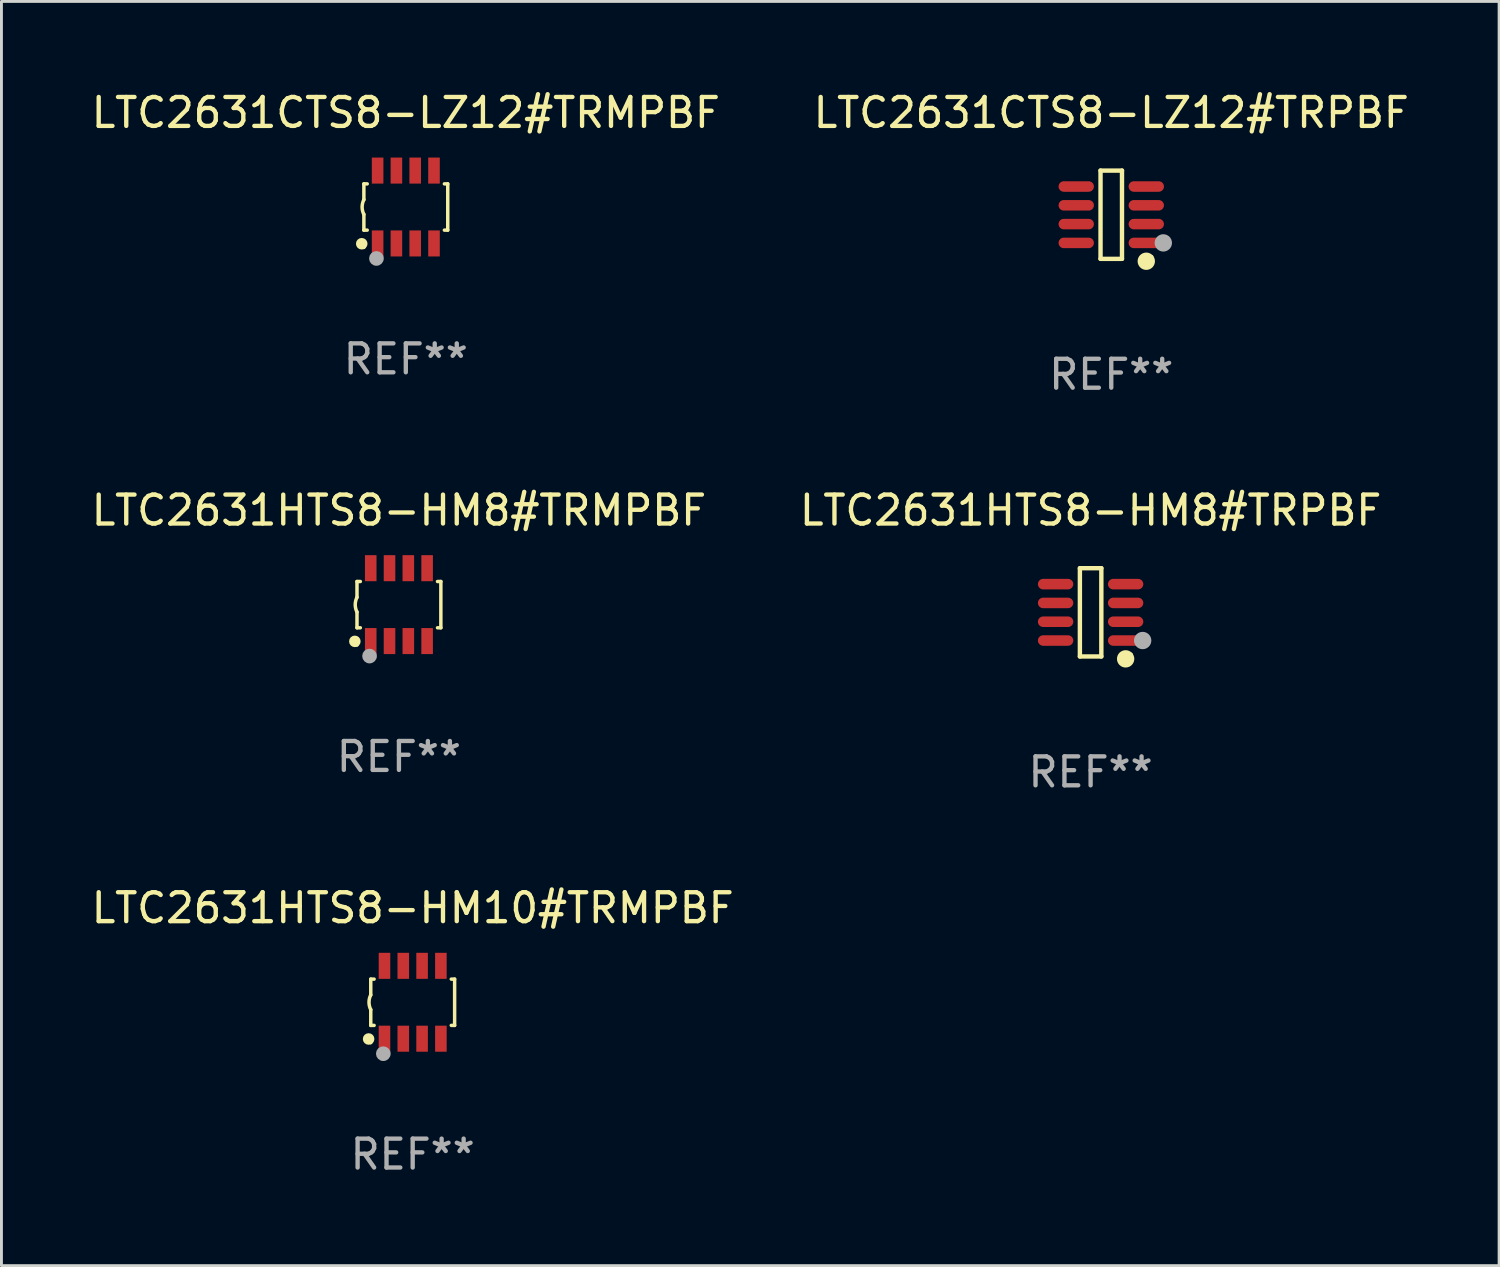
<source format=kicad_pcb>
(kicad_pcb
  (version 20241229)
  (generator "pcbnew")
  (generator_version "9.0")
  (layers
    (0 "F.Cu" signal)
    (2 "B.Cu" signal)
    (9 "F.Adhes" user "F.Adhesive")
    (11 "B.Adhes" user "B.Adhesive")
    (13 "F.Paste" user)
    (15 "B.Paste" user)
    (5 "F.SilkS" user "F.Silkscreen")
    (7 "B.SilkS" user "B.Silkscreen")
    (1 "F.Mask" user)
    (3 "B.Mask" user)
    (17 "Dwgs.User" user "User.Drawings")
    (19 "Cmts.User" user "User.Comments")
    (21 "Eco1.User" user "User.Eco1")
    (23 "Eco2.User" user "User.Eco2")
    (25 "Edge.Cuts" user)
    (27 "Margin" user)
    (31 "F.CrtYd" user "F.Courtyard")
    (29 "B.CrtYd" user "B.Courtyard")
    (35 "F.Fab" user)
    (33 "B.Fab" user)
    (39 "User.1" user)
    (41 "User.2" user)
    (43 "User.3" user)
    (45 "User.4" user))
  (footprint "LTC2631HTS8-HM8#TRPBF"
    (layer "F.Cu")
    (at 34.661 18.123)
    (property "Reference" "LTC2631HTS8-HM8#TRPBF" (at 0 -3.526 0) (layer "F.SilkS") (effects (font (size 1 1) (thickness 0.15))))
    (attr through_hole)
    (fp_line (start -0.371 -1.526) (end 0.371 -1.526) (stroke (width 0.152) (type solid)) (layer "F.SilkS"))
    (fp_line (start -0.371 1.526) (end -0.371 -1.526) (stroke (width 0.152) (type solid)) (layer "F.SilkS"))
    (fp_line (start 0.371 -1.526) (end 0.371 1.526) (stroke (width 0.152) (type solid)) (layer "F.SilkS"))
    (fp_line (start 0.371 1.526) (end -0.371 1.526) (stroke (width 0.152) (type solid)) (layer "F.SilkS"))
    (fp_circle (center 1.211 1.609) (end 1.361 1.609) (stroke (width 0.3) (type solid)) (fill no) (layer "F.SilkS"))
    (fp_circle (center 1.4 1.45) (end 1.43 1.45) (stroke (width 0.06) (type solid)) (fill no) (layer "F.SilkS"))
    (fp_circle (center 1.8 0.975) (end 1.95 0.975) (stroke (width 0.3) (type solid)) (fill no) (layer "F.Fab"))
    (fp_text user "REF**" (at 0 5.526 0) (layer "F.Fab") (effects (font (size 1 1) (thickness 0.15))))
    (pad "1" smd oval (at 1.211 0.975) (size 1.222 0.364) (layers "F.Cu" "F.Mask" "F.Paste"))
    (pad "2" smd oval (at 1.211 0.325) (size 1.222 0.364) (layers "F.Cu" "F.Mask" "F.Paste"))
    (pad "3" smd oval (at 1.211 -0.325) (size 1.222 0.364) (layers "F.Cu" "F.Mask" "F.Paste"))
    (pad "4" smd oval (at 1.211 -0.975) (size 1.222 0.364) (layers "F.Cu" "F.Mask" "F.Paste"))
    (pad "5" smd oval (at -1.211 -0.975) (size 1.222 0.364) (layers "F.Cu" "F.Mask" "F.Paste"))
    (pad "6" smd oval (at -1.211 -0.325) (size 1.222 0.364) (layers "F.Cu" "F.Mask" "F.Paste"))
    (pad "7" smd oval (at -1.211 0.325) (size 1.222 0.364) (layers "F.Cu" "F.Mask" "F.Paste"))
    (pad "8" smd oval (at -1.211 0.975) (size 1.222 0.364) (layers "F.Cu" "F.Mask" "F.Paste")))
  (footprint "LTC2631CTS8-LZ12#TRPBF"
    (layer "F.Cu")
    (at 35.375 4.374)
    (property "Reference" "LTC2631CTS8-LZ12#TRPBF" (at 0 -3.526 0) (layer "F.SilkS") (effects (font (size 1 1) (thickness 0.15))))
    (attr through_hole)
    (fp_line (start -0.371 -1.526) (end 0.371 -1.526) (stroke (width 0.152) (type solid)) (layer "F.SilkS"))
    (fp_line (start -0.371 1.526) (end -0.371 -1.526) (stroke (width 0.152) (type solid)) (layer "F.SilkS"))
    (fp_line (start 0.371 -1.526) (end 0.371 1.526) (stroke (width 0.152) (type solid)) (layer "F.SilkS"))
    (fp_line (start 0.371 1.526) (end -0.371 1.526) (stroke (width 0.152) (type solid)) (layer "F.SilkS"))
    (fp_circle (center 1.211 1.609) (end 1.361 1.609) (stroke (width 0.3) (type solid)) (fill no) (layer "F.SilkS"))
    (fp_circle (center 1.4 1.45) (end 1.43 1.45) (stroke (width 0.06) (type solid)) (fill no) (layer "F.SilkS"))
    (fp_circle (center 1.8 0.975) (end 1.95 0.975) (stroke (width 0.3) (type solid)) (fill no) (layer "F.Fab"))
    (fp_text user "REF**" (at 0 5.526 0) (layer "F.Fab") (effects (font (size 1 1) (thickness 0.15))))
    (pad "1" smd oval (at 1.211 0.975) (size 1.222 0.364) (layers "F.Cu" "F.Mask" "F.Paste"))
    (pad "2" smd oval (at 1.211 0.325) (size 1.222 0.364) (layers "F.Cu" "F.Mask" "F.Paste"))
    (pad "3" smd oval (at 1.211 -0.325) (size 1.222 0.364) (layers "F.Cu" "F.Mask" "F.Paste"))
    (pad "4" smd oval (at 1.211 -0.975) (size 1.222 0.364) (layers "F.Cu" "F.Mask" "F.Paste"))
    (pad "5" smd oval (at -1.211 -0.975) (size 1.222 0.364) (layers "F.Cu" "F.Mask" "F.Paste"))
    (pad "6" smd oval (at -1.211 -0.325) (size 1.222 0.364) (layers "F.Cu" "F.Mask" "F.Paste"))
    (pad "7" smd oval (at -1.211 0.325) (size 1.222 0.364) (layers "F.Cu" "F.Mask" "F.Paste"))
    (pad "8" smd oval (at -1.211 0.975) (size 1.222 0.364) (layers "F.Cu" "F.Mask" "F.Paste")))
  (footprint "LTC2631HTS8-HM8#TRMPBF"
    (layer "F.Cu")
    (at 10.744 17.857)
    (property "Reference" "LTC2631HTS8-HM8#TRMPBF" (at 0 -3.26 0) (layer "F.SilkS") (effects (font (size 1 1) (thickness 0.15))))
    (attr through_hole)
    (fp_line (start -1.45 -0.8) (end -1.45 -0.254) (stroke (width 0.12) (type solid)) (layer "F.SilkS"))
    (fp_line (start -1.45 -0.8) (end -1.334 -0.8) (stroke (width 0.12) (type solid)) (layer "F.SilkS"))
    (fp_line (start -1.45 0.8) (end -1.45 0.254) (stroke (width 0.12) (type solid)) (layer "F.SilkS"))
    (fp_line (start -1.45 0.8) (end -1.334 0.8) (stroke (width 0.12) (type solid)) (layer "F.SilkS"))
    (fp_line (start 1.334 -0.8) (end 1.45 -0.8) (stroke (width 0.12) (type solid)) (layer "F.SilkS"))
    (fp_line (start 1.334 0.8) (end 1.45 0.8) (stroke (width 0.12) (type solid)) (layer "F.SilkS"))
    (fp_line (start 1.45 0.8) (end 1.45 -0.8) (stroke (width 0.12) (type solid)) (layer "F.SilkS"))
    (fp_arc (start -1.45075 0.255144) (mid -1.510605 0.000434) (end -1.450013 -0.254102) (stroke (width 0.11999) (type solid)) (layer "F.SilkS"))
    (fp_circle (center -1.524 1.27) (end -1.424 1.27) (stroke (width 0.2) (type solid)) (fill no) (layer "F.SilkS"))
    (fp_circle (center -1.45 1.4) (end -1.42 1.4) (stroke (width 0.06) (type solid)) (fill no) (layer "F.SilkS"))
    (fp_circle (center -1.016 1.778) (end -0.889 1.778) (stroke (width 0.254) (type solid)) (fill no) (layer "F.Fab"))
    (fp_text user "REF**" (at 0 5.26 0) (layer "F.Fab") (effects (font (size 1 1) (thickness 0.15))))
    (pad "1" smd rect (at -0.975 1.26) (size 0.4 0.9) (layers "F.Cu" "F.Mask" "F.Paste"))
    (pad "2" smd rect (at -0.325 1.26) (size 0.4 0.9) (layers "F.Cu" "F.Mask" "F.Paste"))
    (pad "3" smd rect (at 0.325 1.26) (size 0.4 0.9) (layers "F.Cu" "F.Mask" "F.Paste"))
    (pad "4" smd rect (at 0.975 1.26) (size 0.4 0.9) (layers "F.Cu" "F.Mask" "F.Paste"))
    (pad "5" smd rect (at 0.975 -1.26) (size 0.4 0.9) (layers "F.Cu" "F.Mask" "F.Paste"))
    (pad "6" smd rect (at 0.325 -1.26) (size 0.4 0.9) (layers "F.Cu" "F.Mask" "F.Paste"))
    (pad "7" smd rect (at -0.325 -1.26) (size 0.4 0.9) (layers "F.Cu" "F.Mask" "F.Paste"))
    (pad "8" smd rect (at -0.975 -1.26) (size 0.4 0.9) (layers "F.Cu" "F.Mask" "F.Paste")))
  (footprint "LTC2631CTS8-LZ12#TRMPBF"
    (layer "F.Cu")
    (at 10.982 4.108)
    (property "Reference" "LTC2631CTS8-LZ12#TRMPBF" (at 0 -3.26 0) (layer "F.SilkS") (effects (font (size 1 1) (thickness 0.15))))
    (attr through_hole)
    (fp_line (start -1.45 -0.8) (end -1.45 -0.254) (stroke (width 0.12) (type solid)) (layer "F.SilkS"))
    (fp_line (start -1.45 -0.8) (end -1.334 -0.8) (stroke (width 0.12) (type solid)) (layer "F.SilkS"))
    (fp_line (start -1.45 0.8) (end -1.45 0.254) (stroke (width 0.12) (type solid)) (layer "F.SilkS"))
    (fp_line (start -1.45 0.8) (end -1.334 0.8) (stroke (width 0.12) (type solid)) (layer "F.SilkS"))
    (fp_line (start 1.334 -0.8) (end 1.45 -0.8) (stroke (width 0.12) (type solid)) (layer "F.SilkS"))
    (fp_line (start 1.334 0.8) (end 1.45 0.8) (stroke (width 0.12) (type solid)) (layer "F.SilkS"))
    (fp_line (start 1.45 0.8) (end 1.45 -0.8) (stroke (width 0.12) (type solid)) (layer "F.SilkS"))
    (fp_arc (start -1.45075 0.255144) (mid -1.510605 0.000434) (end -1.450013 -0.254102) (stroke (width 0.11999) (type solid)) (layer "F.SilkS"))
    (fp_circle (center -1.524 1.27) (end -1.424 1.27) (stroke (width 0.2) (type solid)) (fill no) (layer "F.SilkS"))
    (fp_circle (center -1.45 1.4) (end -1.42 1.4) (stroke (width 0.06) (type solid)) (fill no) (layer "F.SilkS"))
    (fp_circle (center -1.016 1.778) (end -0.889 1.778) (stroke (width 0.254) (type solid)) (fill no) (layer "F.Fab"))
    (fp_text user "REF**" (at 0 5.26 0) (layer "F.Fab") (effects (font (size 1 1) (thickness 0.15))))
    (pad "1" smd rect (at -0.975 1.26) (size 0.4 0.9) (layers "F.Cu" "F.Mask" "F.Paste"))
    (pad "2" smd rect (at -0.325 1.26) (size 0.4 0.9) (layers "F.Cu" "F.Mask" "F.Paste"))
    (pad "3" smd rect (at 0.325 1.26) (size 0.4 0.9) (layers "F.Cu" "F.Mask" "F.Paste"))
    (pad "4" smd rect (at 0.975 1.26) (size 0.4 0.9) (layers "F.Cu" "F.Mask" "F.Paste"))
    (pad "5" smd rect (at 0.975 -1.26) (size 0.4 0.9) (layers "F.Cu" "F.Mask" "F.Paste"))
    (pad "6" smd rect (at 0.325 -1.26) (size 0.4 0.9) (layers "F.Cu" "F.Mask" "F.Paste"))
    (pad "7" smd rect (at -0.325 -1.26) (size 0.4 0.9) (layers "F.Cu" "F.Mask" "F.Paste"))
    (pad "8" smd rect (at -0.975 -1.26) (size 0.4 0.9) (layers "F.Cu" "F.Mask" "F.Paste")))
  (footprint "LTC2631HTS8-HM10#TRMPBF"
    (layer "F.Cu")
    (at 11.22 31.606)
    (property "Reference" "LTC2631HTS8-HM10#TRMPBF" (at 0 -3.26 0) (layer "F.SilkS") (effects (font (size 1 1) (thickness 0.15))))
    (attr through_hole)
    (fp_line (start -1.45 -0.8) (end -1.45 -0.254) (stroke (width 0.12) (type solid)) (layer "F.SilkS"))
    (fp_line (start -1.45 -0.8) (end -1.334 -0.8) (stroke (width 0.12) (type solid)) (layer "F.SilkS"))
    (fp_line (start -1.45 0.8) (end -1.45 0.254) (stroke (width 0.12) (type solid)) (layer "F.SilkS"))
    (fp_line (start -1.45 0.8) (end -1.334 0.8) (stroke (width 0.12) (type solid)) (layer "F.SilkS"))
    (fp_line (start 1.334 -0.8) (end 1.45 -0.8) (stroke (width 0.12) (type solid)) (layer "F.SilkS"))
    (fp_line (start 1.334 0.8) (end 1.45 0.8) (stroke (width 0.12) (type solid)) (layer "F.SilkS"))
    (fp_line (start 1.45 0.8) (end 1.45 -0.8) (stroke (width 0.12) (type solid)) (layer "F.SilkS"))
    (fp_arc (start -1.45075 0.255144) (mid -1.510605 0.000434) (end -1.450013 -0.254102) (stroke (width 0.11999) (type solid)) (layer "F.SilkS"))
    (fp_circle (center -1.524 1.27) (end -1.424 1.27) (stroke (width 0.2) (type solid)) (fill no) (layer "F.SilkS"))
    (fp_circle (center -1.45 1.4) (end -1.42 1.4) (stroke (width 0.06) (type solid)) (fill no) (layer "F.SilkS"))
    (fp_circle (center -1.016 1.778) (end -0.889 1.778) (stroke (width 0.254) (type solid)) (fill no) (layer "F.Fab"))
    (fp_text user "REF**" (at 0 5.26 0) (layer "F.Fab") (effects (font (size 1 1) (thickness 0.15))))
    (pad "1" smd rect (at -0.975 1.26) (size 0.4 0.9) (layers "F.Cu" "F.Mask" "F.Paste"))
    (pad "2" smd rect (at -0.325 1.26) (size 0.4 0.9) (layers "F.Cu" "F.Mask" "F.Paste"))
    (pad "3" smd rect (at 0.325 1.26) (size 0.4 0.9) (layers "F.Cu" "F.Mask" "F.Paste"))
    (pad "4" smd rect (at 0.975 1.26) (size 0.4 0.9) (layers "F.Cu" "F.Mask" "F.Paste"))
    (pad "5" smd rect (at 0.975 -1.26) (size 0.4 0.9) (layers "F.Cu" "F.Mask" "F.Paste"))
    (pad "6" smd rect (at 0.325 -1.26) (size 0.4 0.9) (layers "F.Cu" "F.Mask" "F.Paste"))
    (pad "7" smd rect (at -0.325 -1.26) (size 0.4 0.9) (layers "F.Cu" "F.Mask" "F.Paste"))
    (pad "8" smd rect (at -0.975 -1.26) (size 0.4 0.9) (layers "F.Cu" "F.Mask" "F.Paste")))
  (gr_rect
    (start -3 -3)
    (end 48.786 40.714)
    (stroke (width 0.1) (type default))
    (fill no)
    (layer "Edge.Cuts")))
</source>
